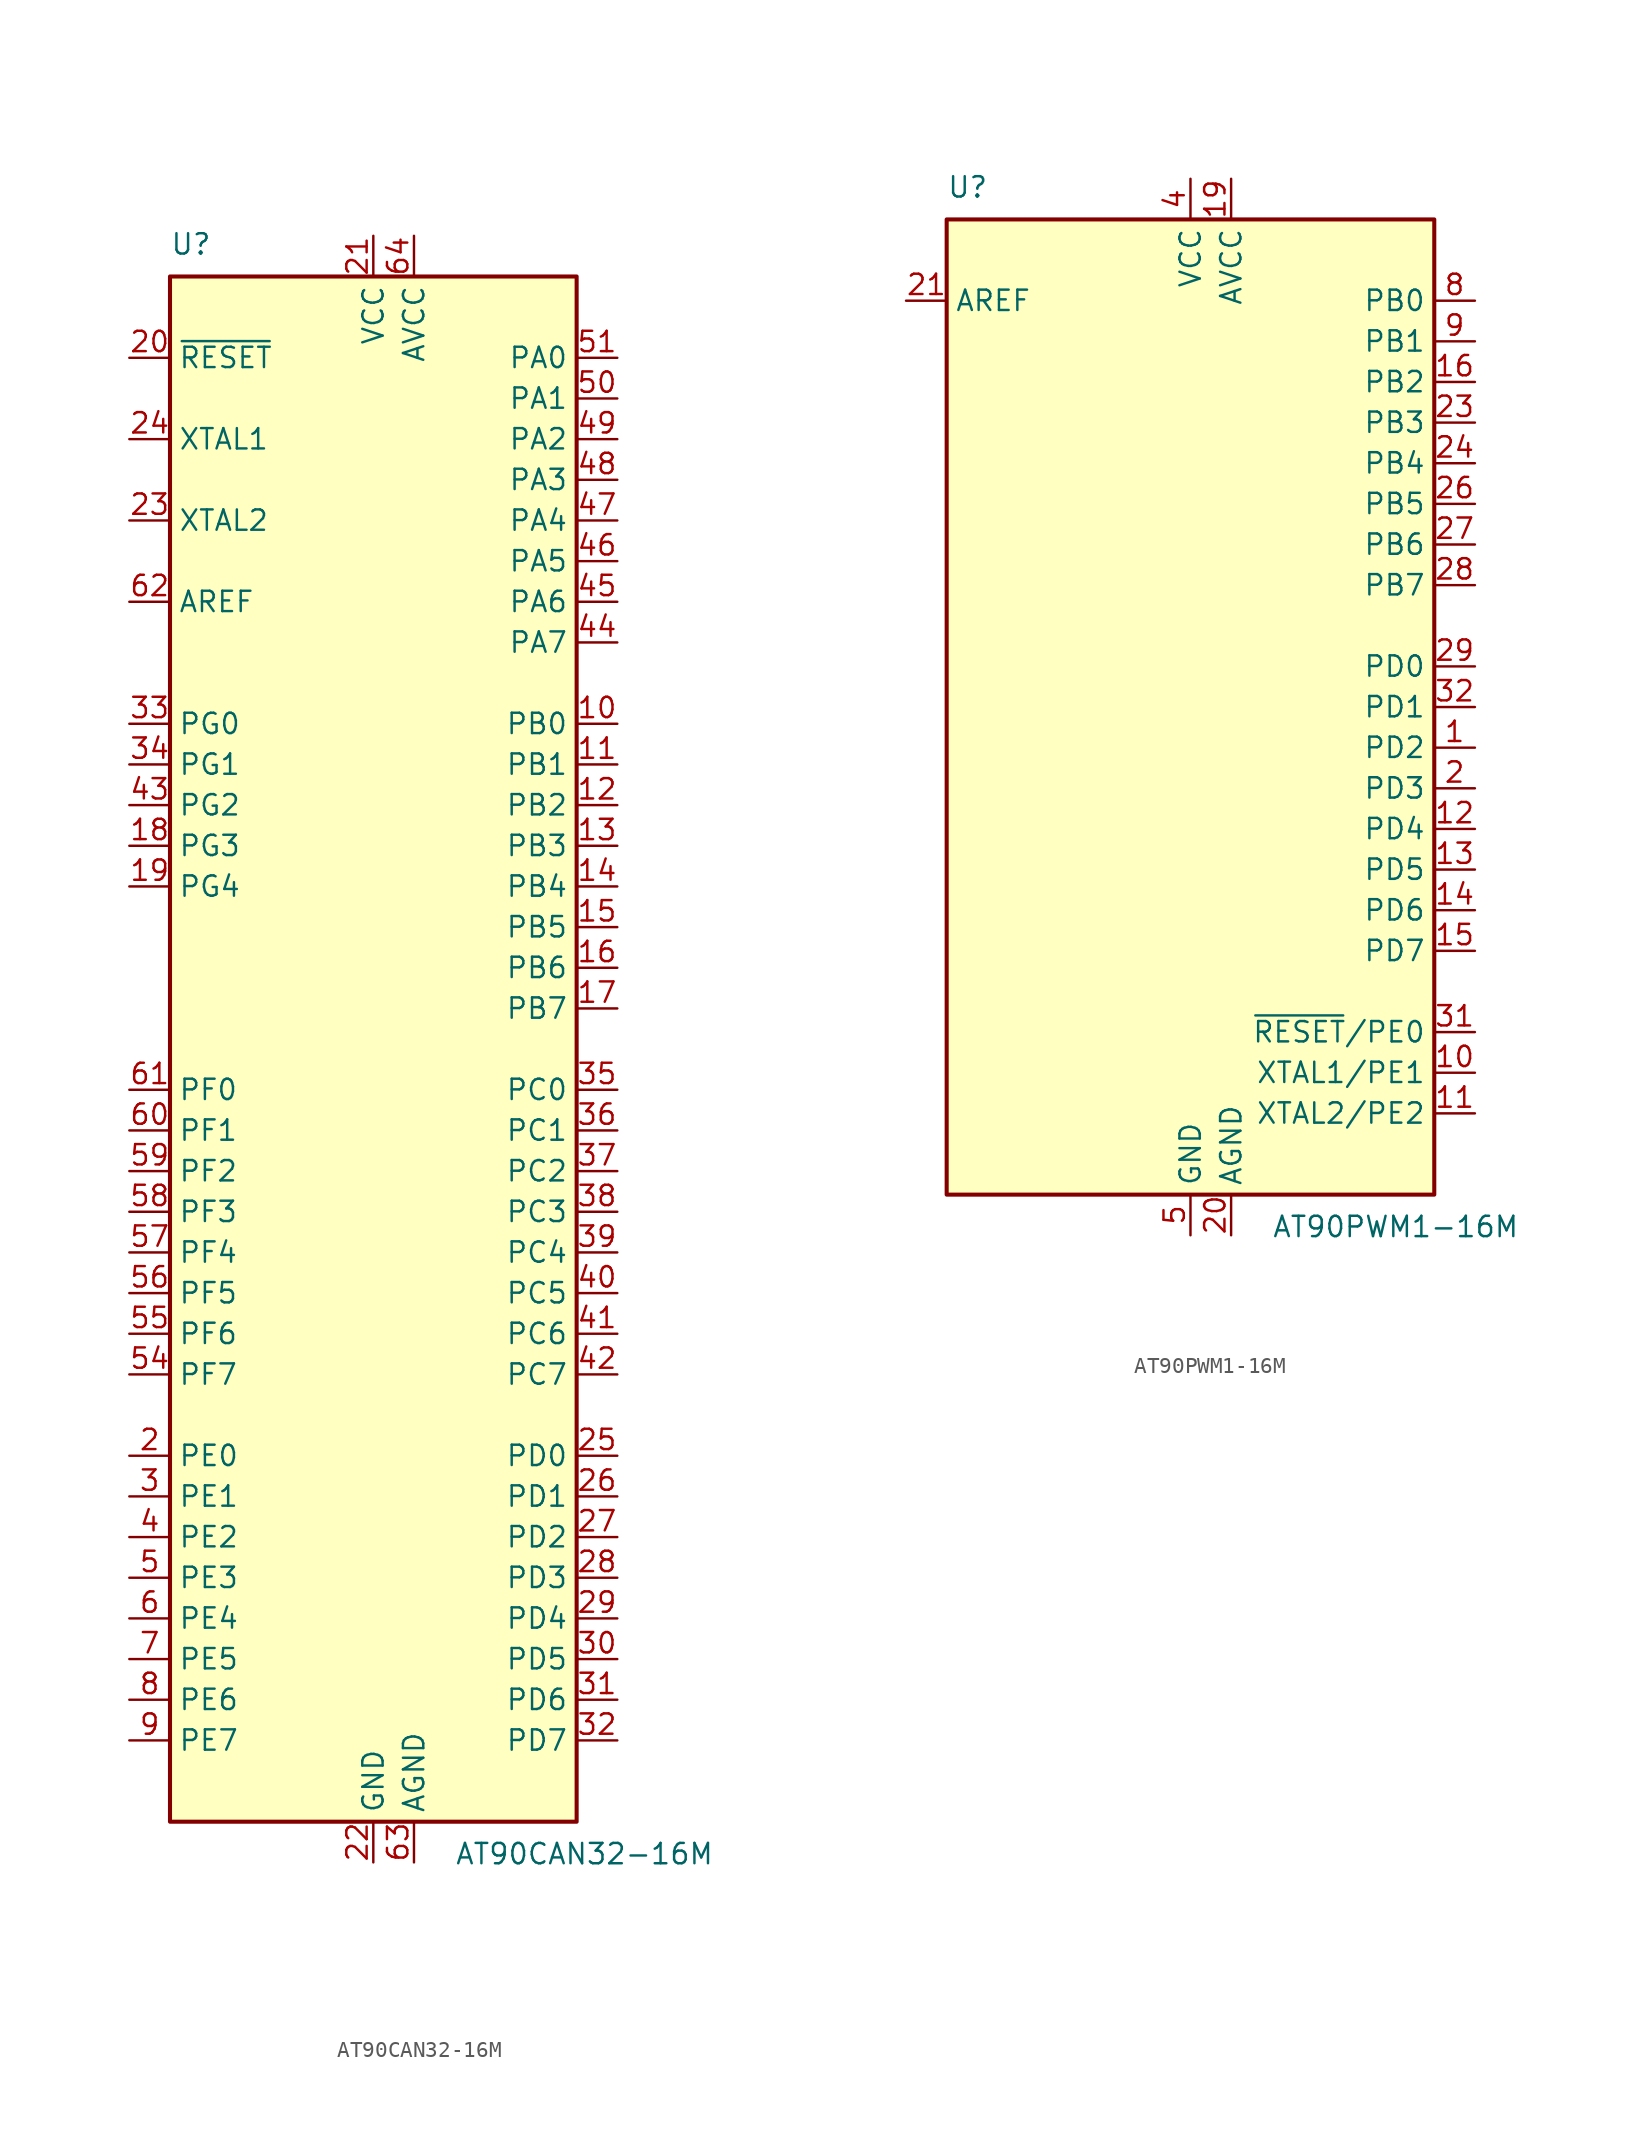
<source format=kicad_sym>
(kicad_symbol_lib
  (version 20201005)
  (generator kicad_symbol_editor)
  (symbol "MCU_Microchip_AVR:AT90CAN32-16M"
    (property "Reference" "U"
      (at -12.7 49.53 0)
      (effects (font (size 1.27 1.27)) (justify left bottom)))
    (property "Value" "AT90CAN32-16M"
      (at 5.08 -49.53 0)
      (effects (font (size 1.27 1.27)) (justify left top)))
    (symbol "AT90CAN32-16M_0_1"
      (rectangle (start -12.7 -48.26) (end 12.7 48.26) (stroke (width 0.254)) (fill (type background))))
    (symbol "AT90CAN32-16M_1_1"
      (pin no_connect line (at -12.7 -45.72 0) (length 2.54) hide (name "NC" (effects (font (size 1.27 1.27)))) (number "1" (effects (font (size 1.27 1.27)))))
      (pin bidirectional line (at 15.24 20.32 180) (length 2.54) (name "PB0" (effects (font (size 1.27 1.27)))) (number "10" (effects (font (size 1.27 1.27)))))
      (pin bidirectional line (at 15.24 17.78 180) (length 2.54) (name "PB1" (effects (font (size 1.27 1.27)))) (number "11" (effects (font (size 1.27 1.27)))))
      (pin bidirectional line (at 15.24 15.24 180) (length 2.54) (name "PB2" (effects (font (size 1.27 1.27)))) (number "12" (effects (font (size 1.27 1.27)))))
      (pin bidirectional line (at 15.24 12.7 180) (length 2.54) (name "PB3" (effects (font (size 1.27 1.27)))) (number "13" (effects (font (size 1.27 1.27)))))
      (pin bidirectional line (at 15.24 10.16 180) (length 2.54) (name "PB4" (effects (font (size 1.27 1.27)))) (number "14" (effects (font (size 1.27 1.27)))))
      (pin bidirectional line (at 15.24 7.62 180) (length 2.54) (name "PB5" (effects (font (size 1.27 1.27)))) (number "15" (effects (font (size 1.27 1.27)))))
      (pin bidirectional line (at 15.24 5.08 180) (length 2.54) (name "PB6" (effects (font (size 1.27 1.27)))) (number "16" (effects (font (size 1.27 1.27)))))
      (pin bidirectional line (at 15.24 2.54 180) (length 2.54) (name "PB7" (effects (font (size 1.27 1.27)))) (number "17" (effects (font (size 1.27 1.27)))))
      (pin bidirectional line (at -15.24 12.7 0) (length 2.54) (name "PG3" (effects (font (size 1.27 1.27)))) (number "18" (effects (font (size 1.27 1.27)))))
      (pin bidirectional line (at -15.24 10.16 0) (length 2.54) (name "PG4" (effects (font (size 1.27 1.27)))) (number "19" (effects (font (size 1.27 1.27)))))
      (pin bidirectional line (at -15.24 -25.4 0) (length 2.54) (name "PE0" (effects (font (size 1.27 1.27)))) (number "2" (effects (font (size 1.27 1.27)))))
      (pin input line (at -15.24 43.18 0) (length 2.54) (name "~RESET" (effects (font (size 1.27 1.27)))) (number "20" (effects (font (size 1.27 1.27)))))
      (pin power_in line (at 0 50.8 270) (length 2.54) (name "VCC" (effects (font (size 1.27 1.27)))) (number "21" (effects (font (size 1.27 1.27)))))
      (pin power_in line (at 0 -50.8 90) (length 2.54) (name "GND" (effects (font (size 1.27 1.27)))) (number "22" (effects (font (size 1.27 1.27)))))
      (pin output line (at -15.24 33.02 0) (length 2.54) (name "XTAL2" (effects (font (size 1.27 1.27)))) (number "23" (effects (font (size 1.27 1.27)))))
      (pin input line (at -15.24 38.1 0) (length 2.54) (name "XTAL1" (effects (font (size 1.27 1.27)))) (number "24" (effects (font (size 1.27 1.27)))))
      (pin bidirectional line (at 15.24 -25.4 180) (length 2.54) (name "PD0" (effects (font (size 1.27 1.27)))) (number "25" (effects (font (size 1.27 1.27)))))
      (pin bidirectional line (at 15.24 -27.94 180) (length 2.54) (name "PD1" (effects (font (size 1.27 1.27)))) (number "26" (effects (font (size 1.27 1.27)))))
      (pin bidirectional line (at 15.24 -30.48 180) (length 2.54) (name "PD2" (effects (font (size 1.27 1.27)))) (number "27" (effects (font (size 1.27 1.27)))))
      (pin bidirectional line (at 15.24 -33.02 180) (length 2.54) (name "PD3" (effects (font (size 1.27 1.27)))) (number "28" (effects (font (size 1.27 1.27)))))
      (pin bidirectional line (at 15.24 -35.56 180) (length 2.54) (name "PD4" (effects (font (size 1.27 1.27)))) (number "29" (effects (font (size 1.27 1.27)))))
      (pin bidirectional line (at -15.24 -27.94 0) (length 2.54) (name "PE1" (effects (font (size 1.27 1.27)))) (number "3" (effects (font (size 1.27 1.27)))))
      (pin bidirectional line (at 15.24 -38.1 180) (length 2.54) (name "PD5" (effects (font (size 1.27 1.27)))) (number "30" (effects (font (size 1.27 1.27)))))
      (pin bidirectional line (at 15.24 -40.64 180) (length 2.54) (name "PD6" (effects (font (size 1.27 1.27)))) (number "31" (effects (font (size 1.27 1.27)))))
      (pin bidirectional line (at 15.24 -43.18 180) (length 2.54) (name "PD7" (effects (font (size 1.27 1.27)))) (number "32" (effects (font (size 1.27 1.27)))))
      (pin bidirectional line (at -15.24 20.32 0) (length 2.54) (name "PG0" (effects (font (size 1.27 1.27)))) (number "33" (effects (font (size 1.27 1.27)))))
      (pin bidirectional line (at -15.24 17.78 0) (length 2.54) (name "PG1" (effects (font (size 1.27 1.27)))) (number "34" (effects (font (size 1.27 1.27)))))
      (pin bidirectional line (at 15.24 -2.54 180) (length 2.54) (name "PC0" (effects (font (size 1.27 1.27)))) (number "35" (effects (font (size 1.27 1.27)))))
      (pin bidirectional line (at 15.24 -5.08 180) (length 2.54) (name "PC1" (effects (font (size 1.27 1.27)))) (number "36" (effects (font (size 1.27 1.27)))))
      (pin bidirectional line (at 15.24 -7.62 180) (length 2.54) (name "PC2" (effects (font (size 1.27 1.27)))) (number "37" (effects (font (size 1.27 1.27)))))
      (pin bidirectional line (at 15.24 -10.16 180) (length 2.54) (name "PC3" (effects (font (size 1.27 1.27)))) (number "38" (effects (font (size 1.27 1.27)))))
      (pin bidirectional line (at 15.24 -12.7 180) (length 2.54) (name "PC4" (effects (font (size 1.27 1.27)))) (number "39" (effects (font (size 1.27 1.27)))))
      (pin bidirectional line (at -15.24 -30.48 0) (length 2.54) (name "PE2" (effects (font (size 1.27 1.27)))) (number "4" (effects (font (size 1.27 1.27)))))
      (pin bidirectional line (at 15.24 -15.24 180) (length 2.54) (name "PC5" (effects (font (size 1.27 1.27)))) (number "40" (effects (font (size 1.27 1.27)))))
      (pin bidirectional line (at 15.24 -17.78 180) (length 2.54) (name "PC6" (effects (font (size 1.27 1.27)))) (number "41" (effects (font (size 1.27 1.27)))))
      (pin bidirectional line (at 15.24 -20.32 180) (length 2.54) (name "PC7" (effects (font (size 1.27 1.27)))) (number "42" (effects (font (size 1.27 1.27)))))
      (pin bidirectional line (at -15.24 15.24 0) (length 2.54) (name "PG2" (effects (font (size 1.27 1.27)))) (number "43" (effects (font (size 1.27 1.27)))))
      (pin bidirectional line (at 15.24 25.4 180) (length 2.54) (name "PA7" (effects (font (size 1.27 1.27)))) (number "44" (effects (font (size 1.27 1.27)))))
      (pin bidirectional line (at 15.24 27.94 180) (length 2.54) (name "PA6" (effects (font (size 1.27 1.27)))) (number "45" (effects (font (size 1.27 1.27)))))
      (pin bidirectional line (at 15.24 30.48 180) (length 2.54) (name "PA5" (effects (font (size 1.27 1.27)))) (number "46" (effects (font (size 1.27 1.27)))))
      (pin bidirectional line (at 15.24 33.02 180) (length 2.54) (name "PA4" (effects (font (size 1.27 1.27)))) (number "47" (effects (font (size 1.27 1.27)))))
      (pin bidirectional line (at 15.24 35.56 180) (length 2.54) (name "PA3" (effects (font (size 1.27 1.27)))) (number "48" (effects (font (size 1.27 1.27)))))
      (pin bidirectional line (at 15.24 38.1 180) (length 2.54) (name "PA2" (effects (font (size 1.27 1.27)))) (number "49" (effects (font (size 1.27 1.27)))))
      (pin bidirectional line (at -15.24 -33.02 0) (length 2.54) (name "PE3" (effects (font (size 1.27 1.27)))) (number "5" (effects (font (size 1.27 1.27)))))
      (pin bidirectional line (at 15.24 40.64 180) (length 2.54) (name "PA1" (effects (font (size 1.27 1.27)))) (number "50" (effects (font (size 1.27 1.27)))))
      (pin bidirectional line (at 15.24 43.18 180) (length 2.54) (name "PA0" (effects (font (size 1.27 1.27)))) (number "51" (effects (font (size 1.27 1.27)))))
      (pin passive line (at 0 50.8 270) (length 2.54) hide (name "VCC" (effects (font (size 1.27 1.27)))) (number "52" (effects (font (size 1.27 1.27)))))
      (pin passive line (at 0 -50.8 90) (length 2.54) hide (name "GND" (effects (font (size 1.27 1.27)))) (number "53" (effects (font (size 1.27 1.27)))))
      (pin bidirectional line (at -15.24 -20.32 0) (length 2.54) (name "PF7" (effects (font (size 1.27 1.27)))) (number "54" (effects (font (size 1.27 1.27)))))
      (pin bidirectional line (at -15.24 -17.78 0) (length 2.54) (name "PF6" (effects (font (size 1.27 1.27)))) (number "55" (effects (font (size 1.27 1.27)))))
      (pin bidirectional line (at -15.24 -15.24 0) (length 2.54) (name "PF5" (effects (font (size 1.27 1.27)))) (number "56" (effects (font (size 1.27 1.27)))))
      (pin bidirectional line (at -15.24 -12.7 0) (length 2.54) (name "PF4" (effects (font (size 1.27 1.27)))) (number "57" (effects (font (size 1.27 1.27)))))
      (pin bidirectional line (at -15.24 -10.16 0) (length 2.54) (name "PF3" (effects (font (size 1.27 1.27)))) (number "58" (effects (font (size 1.27 1.27)))))
      (pin bidirectional line (at -15.24 -7.62 0) (length 2.54) (name "PF2" (effects (font (size 1.27 1.27)))) (number "59" (effects (font (size 1.27 1.27)))))
      (pin bidirectional line (at -15.24 -35.56 0) (length 2.54) (name "PE4" (effects (font (size 1.27 1.27)))) (number "6" (effects (font (size 1.27 1.27)))))
      (pin bidirectional line (at -15.24 -5.08 0) (length 2.54) (name "PF1" (effects (font (size 1.27 1.27)))) (number "60" (effects (font (size 1.27 1.27)))))
      (pin bidirectional line (at -15.24 -2.54 0) (length 2.54) (name "PF0" (effects (font (size 1.27 1.27)))) (number "61" (effects (font (size 1.27 1.27)))))
      (pin passive line (at -15.24 27.94 0) (length 2.54) (name "AREF" (effects (font (size 1.27 1.27)))) (number "62" (effects (font (size 1.27 1.27)))))
      (pin power_in line (at 2.54 -50.8 90) (length 2.54) (name "AGND" (effects (font (size 1.27 1.27)))) (number "63" (effects (font (size 1.27 1.27)))))
      (pin power_in line (at 2.54 50.8 270) (length 2.54) (name "AVCC" (effects (font (size 1.27 1.27)))) (number "64" (effects (font (size 1.27 1.27)))))
      (pin passive line (at 0 -50.8 90) (length 2.54) hide (name "GND" (effects (font (size 1.27 1.27)))) (number "65" (effects (font (size 1.27 1.27)))))
      (pin bidirectional line (at -15.24 -38.1 0) (length 2.54) (name "PE5" (effects (font (size 1.27 1.27)))) (number "7" (effects (font (size 1.27 1.27)))))
      (pin bidirectional line (at -15.24 -40.64 0) (length 2.54) (name "PE6" (effects (font (size 1.27 1.27)))) (number "8" (effects (font (size 1.27 1.27)))))
      (pin bidirectional line (at -15.24 -43.18 0) (length 2.54) (name "PE7" (effects (font (size 1.27 1.27)))) (number "9" (effects (font (size 1.27 1.27)))))))
  (symbol "MCU_Microchip_AVR:AT90PWM1-16M"
    (property "Reference" "U"
      (at -15.24 31.75 0)
      (effects (font (size 1.27 1.27)) (justify left bottom)))
    (property "Value" "AT90PWM1-16M"
      (at 5.08 -31.75 0)
      (effects (font (size 1.27 1.27)) (justify left top)))
    (symbol "AT90PWM1-16M_0_1"
      (rectangle (start -15.24 -30.48) (end 15.24 30.48) (stroke (width 0.254)) (fill (type background))))
    (symbol "AT90PWM1-16M_1_1"
      (pin bidirectional line (at 17.78 -2.54 180) (length 2.54) (name "PD2" (effects (font (size 1.27 1.27)))) (number "1" (effects (font (size 1.27 1.27)))))
      (pin bidirectional line (at 17.78 -22.86 180) (length 2.54) (name "XTAL1/PE1" (effects (font (size 1.27 1.27)))) (number "10" (effects (font (size 1.27 1.27)))))
      (pin bidirectional line (at 17.78 -25.4 180) (length 2.54) (name "XTAL2/PE2" (effects (font (size 1.27 1.27)))) (number "11" (effects (font (size 1.27 1.27)))))
      (pin bidirectional line (at 17.78 -7.62 180) (length 2.54) (name "PD4" (effects (font (size 1.27 1.27)))) (number "12" (effects (font (size 1.27 1.27)))))
      (pin bidirectional line (at 17.78 -10.16 180) (length 2.54) (name "PD5" (effects (font (size 1.27 1.27)))) (number "13" (effects (font (size 1.27 1.27)))))
      (pin bidirectional line (at 17.78 -12.7 180) (length 2.54) (name "PD6" (effects (font (size 1.27 1.27)))) (number "14" (effects (font (size 1.27 1.27)))))
      (pin bidirectional line (at 17.78 -15.24 180) (length 2.54) (name "PD7" (effects (font (size 1.27 1.27)))) (number "15" (effects (font (size 1.27 1.27)))))
      (pin bidirectional line (at 17.78 20.32 180) (length 2.54) (name "PB2" (effects (font (size 1.27 1.27)))) (number "16" (effects (font (size 1.27 1.27)))))
      (pin no_connect line (at -15.24 -17.78 0) (length 2.54) hide (name "NC" (effects (font (size 1.27 1.27)))) (number "17" (effects (font (size 1.27 1.27)))))
      (pin no_connect line (at -15.24 -20.32 0) (length 2.54) hide (name "NC" (effects (font (size 1.27 1.27)))) (number "18" (effects (font (size 1.27 1.27)))))
      (pin power_in line (at 2.54 33.02 270) (length 2.54) (name "AVCC" (effects (font (size 1.27 1.27)))) (number "19" (effects (font (size 1.27 1.27)))))
      (pin bidirectional line (at 17.78 -5.08 180) (length 2.54) (name "PD3" (effects (font (size 1.27 1.27)))) (number "2" (effects (font (size 1.27 1.27)))))
      (pin power_in line (at 2.54 -33.02 90) (length 2.54) (name "AGND" (effects (font (size 1.27 1.27)))) (number "20" (effects (font (size 1.27 1.27)))))
      (pin passive line (at -17.78 25.4 0) (length 2.54) (name "AREF" (effects (font (size 1.27 1.27)))) (number "21" (effects (font (size 1.27 1.27)))))
      (pin no_connect line (at -15.24 -22.86 0) (length 2.54) hide (name "NC" (effects (font (size 1.27 1.27)))) (number "22" (effects (font (size 1.27 1.27)))))
      (pin bidirectional line (at 17.78 17.78 180) (length 2.54) (name "PB3" (effects (font (size 1.27 1.27)))) (number "23" (effects (font (size 1.27 1.27)))))
      (pin bidirectional line (at 17.78 15.24 180) (length 2.54) (name "PB4" (effects (font (size 1.27 1.27)))) (number "24" (effects (font (size 1.27 1.27)))))
      (pin no_connect line (at -15.24 -25.4 0) (length 2.54) hide (name "NC" (effects (font (size 1.27 1.27)))) (number "25" (effects (font (size 1.27 1.27)))))
      (pin bidirectional line (at 17.78 12.7 180) (length 2.54) (name "PB5" (effects (font (size 1.27 1.27)))) (number "26" (effects (font (size 1.27 1.27)))))
      (pin bidirectional line (at 17.78 10.16 180) (length 2.54) (name "PB6" (effects (font (size 1.27 1.27)))) (number "27" (effects (font (size 1.27 1.27)))))
      (pin bidirectional line (at 17.78 7.62 180) (length 2.54) (name "PB7" (effects (font (size 1.27 1.27)))) (number "28" (effects (font (size 1.27 1.27)))))
      (pin bidirectional line (at 17.78 2.54 180) (length 2.54) (name "PD0" (effects (font (size 1.27 1.27)))) (number "29" (effects (font (size 1.27 1.27)))))
      (pin no_connect line (at -15.24 -10.16 0) (length 2.54) hide (name "NC" (effects (font (size 1.27 1.27)))) (number "3" (effects (font (size 1.27 1.27)))))
      (pin no_connect line (at -15.24 -27.94 0) (length 2.54) hide (name "NC" (effects (font (size 1.27 1.27)))) (number "30" (effects (font (size 1.27 1.27)))))
      (pin bidirectional line (at 17.78 -20.32 180) (length 2.54) (name "~RESET~/PE0" (effects (font (size 1.27 1.27)))) (number "31" (effects (font (size 1.27 1.27)))))
      (pin bidirectional line (at 17.78 0 180) (length 2.54) (name "PD1" (effects (font (size 1.27 1.27)))) (number "32" (effects (font (size 1.27 1.27)))))
      (pin passive line (at 0 -33.02 90) (length 2.54) hide (name "GND" (effects (font (size 1.27 1.27)))) (number "33" (effects (font (size 1.27 1.27)))))
      (pin power_in line (at 0 33.02 270) (length 2.54) (name "VCC" (effects (font (size 1.27 1.27)))) (number "4" (effects (font (size 1.27 1.27)))))
      (pin power_in line (at 0 -33.02 90) (length 2.54) (name "GND" (effects (font (size 1.27 1.27)))) (number "5" (effects (font (size 1.27 1.27)))))
      (pin no_connect line (at -15.24 -12.7 0) (length 2.54) hide (name "NC" (effects (font (size 1.27 1.27)))) (number "6" (effects (font (size 1.27 1.27)))))
      (pin no_connect line (at -15.24 -15.24 0) (length 2.54) hide (name "NC" (effects (font (size 1.27 1.27)))) (number "7" (effects (font (size 1.27 1.27)))))
      (pin bidirectional line (at 17.78 25.4 180) (length 2.54) (name "PB0" (effects (font (size 1.27 1.27)))) (number "8" (effects (font (size 1.27 1.27)))))
      (pin bidirectional line (at 17.78 22.86 180) (length 2.54) (name "PB1" (effects (font (size 1.27 1.27)))) (number "9" (effects (font (size 1.27 1.27))))))))
</source>
